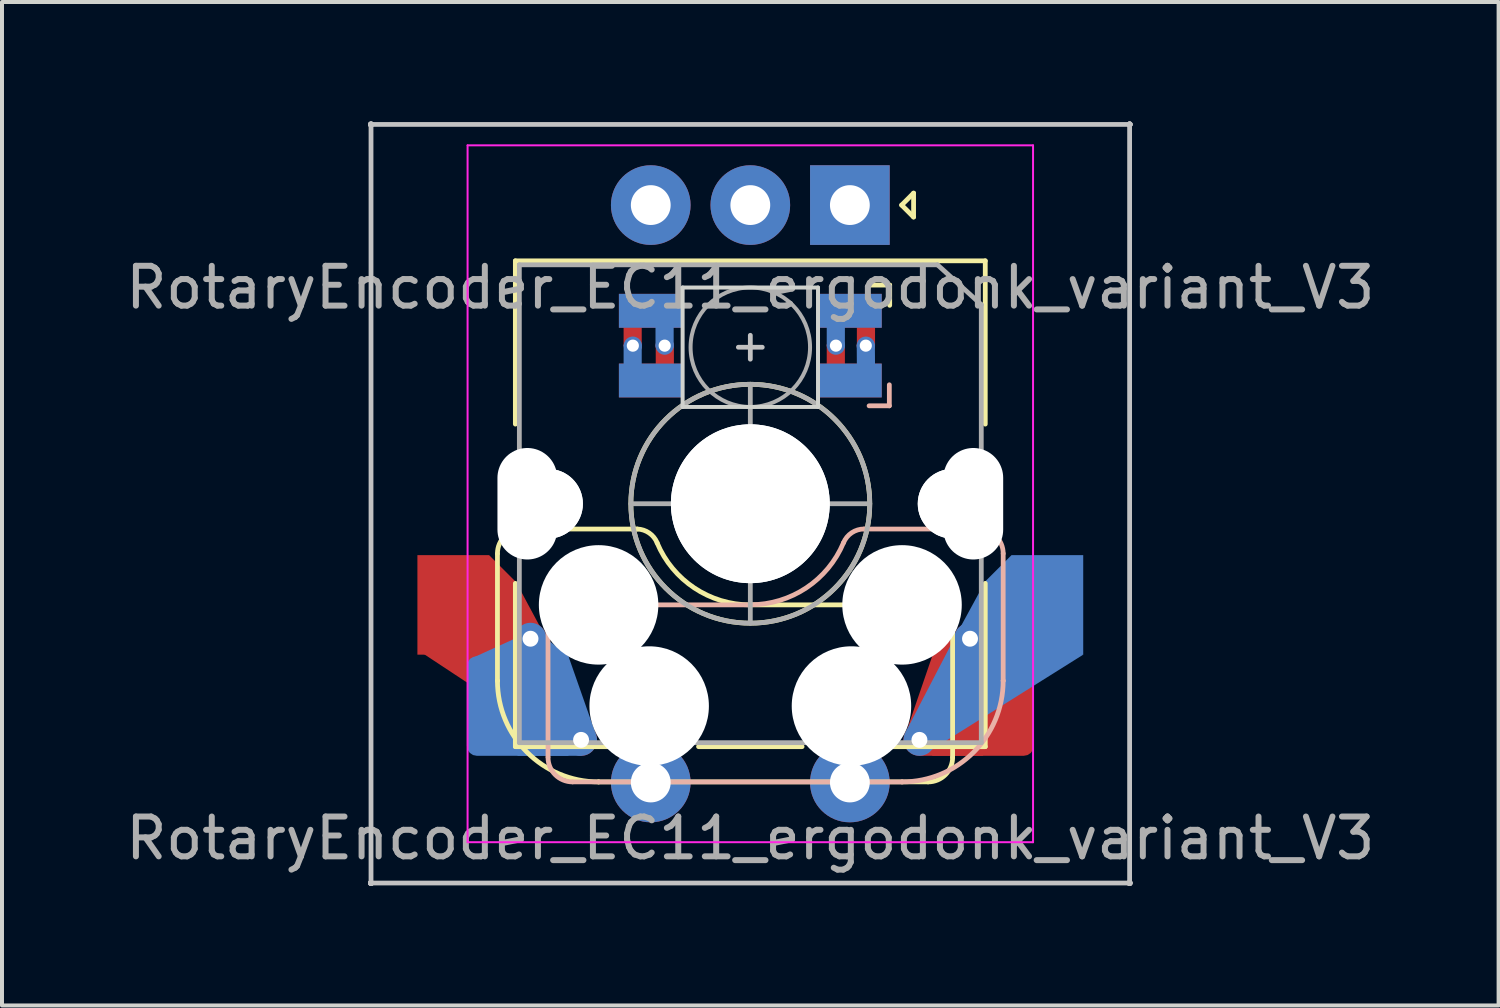
<source format=kicad_pcb>
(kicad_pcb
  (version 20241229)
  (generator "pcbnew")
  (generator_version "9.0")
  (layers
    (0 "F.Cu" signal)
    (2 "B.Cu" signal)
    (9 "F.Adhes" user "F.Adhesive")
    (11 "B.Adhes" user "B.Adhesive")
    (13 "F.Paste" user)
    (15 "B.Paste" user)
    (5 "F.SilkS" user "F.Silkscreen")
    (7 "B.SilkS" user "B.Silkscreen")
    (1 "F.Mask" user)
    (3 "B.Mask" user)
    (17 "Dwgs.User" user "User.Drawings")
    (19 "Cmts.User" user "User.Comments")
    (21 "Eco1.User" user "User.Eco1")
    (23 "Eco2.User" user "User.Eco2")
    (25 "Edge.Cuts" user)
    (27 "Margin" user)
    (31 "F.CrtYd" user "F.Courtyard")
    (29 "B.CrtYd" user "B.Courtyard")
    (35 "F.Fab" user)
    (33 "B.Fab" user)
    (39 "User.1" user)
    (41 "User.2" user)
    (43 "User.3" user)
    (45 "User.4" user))
  (footprint "RotaryEncoder_EC11_ergodonk_variant_V3"
    (layer "F.Cu")
    (at 15.792 9.6)
    (property "Reference" "RotaryEncoder_EC11_ergodonk_variant_V3" (at 0 8.4 0) (layer "F.Fab") (effects (font (size 1 1) (thickness 0.15))))
    (attr through_hole)
    (fp_poly (pts (xy -7.085 2.54) (xy -5.87 1.99) (xy -5.12 3.39) (xy -3.9 5.74) (xy -4.57 6.17) (xy -8.25 3.74)) (stroke (width 0) (type solid)) (fill yes) (layer "F.Cu"))
    (fp_poly (pts (xy 3.937 6) (xy 4.247 6.33) (xy 5.839 6.33) (xy 7.037 3.9) (xy 5.517 2.99) (xy 4.567 3.83) (xy 3.847 5.93) (xy 3.947 6.01)) (stroke (width 0) (type solid)) (fill yes) (layer "F.Cu"))
    (fp_poly (pts (xy -3.25 -5.22) (xy -1.75 -5.22) (xy -1.75 -4.47) (xy -3.25 -4.47)) (stroke (width 0.1) (type solid)) (fill yes) (layer "F.Mask"))
    (fp_poly (pts (xy -3.25 -3.47) (xy -1.75 -3.47) (xy -1.75 -2.72) (xy -3.25 -2.72)) (stroke (width 0.1) (type solid)) (fill yes) (layer "F.Mask"))
    (fp_poly (pts (xy 1.75 -3.47) (xy 3.25 -3.47) (xy 3.25 -2.72) (xy 1.75 -2.72)) (stroke (width 0.1) (type solid)) (fill yes) (layer "F.Mask"))
    (fp_poly (pts (xy 1.75 -5.22) (xy 2.85 -5.22) (xy 3.25 -4.82) (xy 3.25 -4.47) (xy 1.75 -4.47)) (stroke (width 0.1) (type solid)) (fill yes) (layer "F.Mask"))
    (fp_poly (pts (xy 6.61 3.04) (xy 5.89 1.97) (xy 5.117 3.39) (xy 3.897 5.74) (xy 4.567 6.17) (xy 8.36 3.79)) (stroke (width 0) (type solid)) (fill yes) (layer "B.Cu"))
    (fp_poly (pts (xy -3.93 6.15) (xy -4.25 6.33) (xy -5.842 6.33) (xy -7.04 3.9) (xy -5.92 3.39) (xy -5.12 3.39) (xy -4.567 3.83) (xy -3.89 5.76)) (stroke (width 0) (type solid)) (fill yes) (layer "B.Cu"))
    (fp_poly (pts (xy -3.25 -5.22) (xy -1.75 -5.22) (xy -1.75 -4.47) (xy -3.25 -4.47)) (stroke (width 0.1) (type solid)) (fill yes) (layer "B.Mask"))
    (fp_poly (pts (xy -3.25 -3.47) (xy -1.75 -3.47) (xy -1.75 -2.72) (xy -3.25 -2.72)) (stroke (width 0.1) (type solid)) (fill yes) (layer "B.Mask"))
    (fp_poly (pts (xy 1.75 -5.22) (xy 3.25 -5.22) (xy 3.25 -4.47) (xy 1.75 -4.47)) (stroke (width 0.1) (type solid)) (fill yes) (layer "B.Mask"))
    (fp_poly (pts (xy 1.75 -3.47) (xy 3.25 -3.47) (xy 3.25 -3.145) (xy 2.85 -2.72) (xy 1.75 -2.72)) (stroke (width 0.1) (type solid)) (fill yes) (layer "B.Mask"))
    (fp_line (start -6.35 4.445) (end -6.35 1.26) (stroke (width 0.12) (type solid)) (layer "F.SilkS"))
    (fp_line (start -6.35 4.445) (end -6.35 4.445) (stroke (width 0.12) (type solid)) (layer "F.SilkS"))
    (fp_line (start -5.9 -2) (end -5.9 -6.1) (stroke (width 0.12) (type solid)) (layer "F.SilkS"))
    (fp_line (start -5.9 6.1) (end -5.9 2) (stroke (width 0.12) (type solid)) (layer "F.SilkS"))
    (fp_line (start -5.73 0.635) (end -2.84 0.635) (stroke (width 0.12) (type solid)) (layer "F.SilkS"))
    (fp_line (start -3.81 6.985) (end -3.81 6.985) (stroke (width 0.12) (type solid)) (layer "F.SilkS"))
    (fp_line (start -3.81 6.985) (end 4.46 6.985) (stroke (width 0.12) (type solid)) (layer "F.SilkS"))
    (fp_line (start -3.5 6.1) (end -5.9 6.1) (stroke (width 0.12) (type solid)) (layer "F.SilkS"))
    (fp_line (start 0 2.54) (end 0 2.54) (stroke (width 0.12) (type solid)) (layer "F.SilkS"))
    (fp_line (start 0 2.54) (end 5.08 2.54) (stroke (width 0.12) (type solid)) (layer "F.SilkS"))
    (fp_line (start 1.3 6.1) (end -1.3 6.1) (stroke (width 0.12) (type solid)) (layer "F.SilkS"))
    (fp_line (start 3.5 -5.491) (end 2.972 -5.491) (stroke (width 0.12) (type solid)) (layer "F.SilkS"))
    (fp_line (start 3.5 -4.983) (end 3.5 -5.491) (stroke (width 0.12) (type solid)) (layer "F.SilkS"))
    (fp_line (start 3.8 -7.5) (end 4.1 -7.8) (stroke (width 0.12) (type solid)) (layer "F.SilkS"))
    (fp_line (start 4.1 -7.8) (end 4.1 -7.2) (stroke (width 0.12) (type solid)) (layer "F.SilkS"))
    (fp_line (start 4.1 -7.2) (end 3.8 -7.5) (stroke (width 0.12) (type solid)) (layer "F.SilkS"))
    (fp_line (start 5.08 2.54) (end 5.08 2.54) (stroke (width 0.12) (type solid)) (layer "F.SilkS"))
    (fp_line (start 5.08 2.54) (end 5.08 2.54) (stroke (width 0.12) (type solid)) (layer "F.SilkS"))
    (fp_line (start 5.08 6.37) (end 5.08 2.54) (stroke (width 0.12) (type solid)) (layer "F.SilkS"))
    (fp_line (start 5.9 -6.1) (end -5.9 -6.1) (stroke (width 0.12) (type solid)) (layer "F.SilkS"))
    (fp_line (start 5.9 -2) (end 5.9 -6.1) (stroke (width 0.12) (type solid)) (layer "F.SilkS"))
    (fp_line (start 5.9 2) (end 5.9 6.1) (stroke (width 0.12) (type solid)) (layer "F.SilkS"))
    (fp_line (start 5.9 6.1) (end 3.5 6.1) (stroke (width 0.12) (type solid)) (layer "F.SilkS"))
    (fp_arc (start -6.35 1.25) (mid -6.169871 0.815129) (end -5.735 0.635) (stroke (width 0.12) (type default)) (layer "F.SilkS"))
    (fp_arc (start -3.81 6.985) (mid -5.606051 6.241051) (end -6.35 4.445) (stroke (width 0.12) (type solid)) (layer "F.SilkS"))
    (fp_arc (start -2.840072 0.635) (mid -2.539136 0.734321) (end -2.34 0.980845) (stroke (width 0.12) (type default)) (layer "F.SilkS"))
    (fp_arc (start 0 2.54) (mid -1.405309 2.1152) (end -2.34 0.983072) (stroke (width 0.12) (type solid)) (layer "F.SilkS"))
    (fp_arc (start 5.080129 6.37) (mid 4.900001 6.804881) (end 4.465129 6.985) (stroke (width 0.12) (type default)) (layer "F.SilkS"))
    (fp_circle (center 0 0) (end 0 3) (stroke (width 0.12) (type solid)) (fill no) (layer "F.SilkS"))
    (fp_line (start -5.08 2.54) (end -5.08 2.54) (stroke (width 0.12) (type solid)) (layer "B.SilkS"))
    (fp_line (start -5.08 2.54) (end -5.08 2.54) (stroke (width 0.12) (type solid)) (layer "B.SilkS"))
    (fp_line (start -5.08 6.36) (end -5.08 2.54) (stroke (width 0.12) (type solid)) (layer "B.SilkS"))
    (fp_line (start -4.46 6.985) (end 3.81 6.985) (stroke (width 0.12) (type solid)) (layer "B.SilkS"))
    (fp_line (start 0 2.54) (end -5.08 2.54) (stroke (width 0.12) (type solid)) (layer "B.SilkS"))
    (fp_line (start 0 2.54) (end 0 2.54) (stroke (width 0.12) (type solid)) (layer "B.SilkS"))
    (fp_line (start 2.86 0.635) (end 5.72 0.635) (stroke (width 0.12) (type solid)) (layer "B.SilkS"))
    (fp_line (start 2.983 -2.459) (end 3.491 -2.459) (stroke (width 0.12) (type solid)) (layer "B.SilkS"))
    (fp_line (start 3.491 -2.459) (end 3.491 -2.987) (stroke (width 0.12) (type solid)) (layer "B.SilkS"))
    (fp_line (start 3.81 6.985) (end 3.81 6.985) (stroke (width 0.12) (type solid)) (layer "B.SilkS"))
    (fp_line (start 6.35 1.25) (end 6.35 4.445) (stroke (width 0.12) (type solid)) (layer "B.SilkS"))
    (fp_line (start 6.35 4.445) (end 6.35 4.445) (stroke (width 0.12) (type solid)) (layer "B.SilkS"))
    (fp_arc (start -4.465 6.985) (mid -4.899871 6.804871) (end -5.08 6.37) (stroke (width 0.12) (type default)) (layer "B.SilkS"))
    (fp_arc (start 2.34 0.98) (mid 1.405313 2.11213) (end 0 2.536928) (stroke (width 0.12) (type solid)) (layer "B.SilkS"))
    (fp_arc (start 2.34 0.98) (mid 2.547383 0.727891) (end 2.859999 0.633863) (stroke (width 0.12) (type default)) (layer "B.SilkS"))
    (fp_arc (start 5.735129 0.635) (mid 6.170016 0.815134) (end 6.350129 1.25) (stroke (width 0.12) (type default)) (layer "B.SilkS"))
    (fp_arc (start 6.35 4.445) (mid 5.606051 6.241051) (end 3.81 6.985) (stroke (width 0.12) (type solid)) (layer "B.SilkS"))
    (fp_line (start -9.525 -9.525) (end -9.525 -9.525) (stroke (width 0.15) (type solid)) (layer "Dwgs.User"))
    (fp_line (start -9.525 -9.525) (end -9.525 -9.525) (stroke (width 0.15) (type solid)) (layer "Dwgs.User"))
    (fp_line (start -9.525 -9.525) (end -9.525 -9.525) (stroke (width 0.15) (type solid)) (layer "Dwgs.User"))
    (fp_line (start -9.525 -9.525) (end -9.525 -9.525) (stroke (width 0.15) (type solid)) (layer "Dwgs.User"))
    (fp_line (start -9.525 9.525) (end -9.525 9.525) (stroke (width 0.15) (type solid)) (layer "Dwgs.User"))
    (fp_line (start -9.525 9.525) (end -9.525 9.525) (stroke (width 0.15) (type solid)) (layer "Dwgs.User"))
    (fp_line (start -9.525 9.525) (end -9.525 9.525) (stroke (width 0.15) (type solid)) (layer "Dwgs.User"))
    (fp_line (start -9.525 9.525) (end -9.525 9.525) (stroke (width 0.15) (type solid)) (layer "Dwgs.User"))
    (fp_line (start -0.3 -3.93) (end 0.3 -3.93) (stroke (width 0.12) (type solid)) (layer "Dwgs.User"))
    (fp_line (start 0 -3.63) (end 0 -4.23) (stroke (width 0.12) (type solid)) (layer "Dwgs.User"))
    (fp_line (start 9.525 -9.525) (end 9.525 -9.525) (stroke (width 0.15) (type solid)) (layer "Dwgs.User"))
    (fp_line (start 9.525 -9.525) (end 9.525 -9.525) (stroke (width 0.15) (type solid)) (layer "Dwgs.User"))
    (fp_line (start 9.525 -9.525) (end 9.525 -9.525) (stroke (width 0.15) (type solid)) (layer "Dwgs.User"))
    (fp_line (start 9.525 -9.525) (end 9.525 -9.525) (stroke (width 0.15) (type solid)) (layer "Dwgs.User"))
    (fp_line (start 9.525 9.525) (end 9.525 9.525) (stroke (width 0.15) (type solid)) (layer "Dwgs.User"))
    (fp_line (start 9.525 9.525) (end 9.525 9.525) (stroke (width 0.15) (type solid)) (layer "Dwgs.User"))
    (fp_line (start 9.525 9.525) (end 9.525 9.525) (stroke (width 0.15) (type solid)) (layer "Dwgs.User"))
    (fp_line (start 9.525 9.525) (end 9.525 9.525) (stroke (width 0.15) (type solid)) (layer "Dwgs.User"))
    (fp_rect (start 9.525 9.525) (end -9.525 -9.525) (stroke (width 0.12) (type solid)) (fill no) (layer "Dwgs.User"))
    (fp_line (start -1.7 -5.43) (end -1.7 -2.43) (stroke (width 0.1) (type solid)) (layer "Edge.Cuts"))
    (fp_line (start 1.7 -5.43) (end -1.7 -5.43) (stroke (width 0.1) (type solid)) (layer "Edge.Cuts"))
    (fp_line (start 1.7 -2.43) (end -1.7 -2.43) (stroke (width 0.1) (type solid)) (layer "Edge.Cuts"))
    (fp_line (start 1.7 -2.43) (end 1.7 -5.43) (stroke (width 0.1) (type solid)) (layer "Edge.Cuts"))
    (fp_line (start -7.1 8.5) (end -7.1 -9) (stroke (width 0.05) (type solid)) (layer "F.CrtYd"))
    (fp_line (start -7.1 8.5) (end 7.1 8.5) (stroke (width 0.05) (type solid)) (layer "F.CrtYd"))
    (fp_line (start 7.1 -9) (end -7.1 -9) (stroke (width 0.05) (type solid)) (layer "F.CrtYd"))
    (fp_line (start 7.1 -9) (end 7.1 8.5) (stroke (width 0.05) (type solid)) (layer "F.CrtYd"))
    (fp_line (start -5.8 -6) (end 4.7 -6) (stroke (width 0.12) (type solid)) (layer "F.Fab"))
    (fp_line (start -5.8 6) (end -5.8 -6) (stroke (width 0.12) (type solid)) (layer "F.Fab"))
    (fp_line (start 0 -3) (end 0 3) (stroke (width 0.12) (type solid)) (layer "F.Fab"))
    (fp_line (start 3 0) (end -3 0) (stroke (width 0.12) (type solid)) (layer "F.Fab"))
    (fp_line (start 4.7 -6) (end 5.8 -5) (stroke (width 0.12) (type solid)) (layer "F.Fab"))
    (fp_line (start 5.8 -5) (end 5.8 6) (stroke (width 0.12) (type solid)) (layer "F.Fab"))
    (fp_line (start 5.8 6) (end -5.8 6) (stroke (width 0.12) (type solid)) (layer "F.Fab"))
    (fp_circle (center 0 -3.93) (end 0 -5.43) (stroke (width 0.1) (type solid)) (fill no) (layer "F.Fab"))
    (fp_circle (center 0 0) (end 0 3) (stroke (width 0.12) (type solid)) (fill no) (layer "F.Fab"))
    (fp_line (start -9.525 9.525) (end -9.525 -9.525) (stroke (width 0.15) (type solid)) (layer "User.2"))
    (fp_line (start 9.525 -9.525) (end -9.525 -9.525) (stroke (width 0.15) (type solid)) (layer "User.2"))
    (fp_line (start 9.525 9.525) (end -9.525 9.525) (stroke (width 0.15) (type solid)) (layer "User.2"))
    (fp_line (start 9.525 9.525) (end 9.525 -9.525) (stroke (width 0.15) (type solid)) (layer "User.2"))
    (fp_text user "${REFERENCE}" (at 0 -5.43 0) (layer "F.Fab") (effects (font (size 1 1) (thickness 0.15))))
    (pad "" np_thru_hole oval (at -5.6 0 270) (size 2.8 1.5) (drill oval 2.8 1.5) (layers "*.Cu" "*.Mask"))
    (pad "" np_thru_hole circle (at -5.08 0 180) (size 1.75 1.75) (drill 1.75) (layers "*.Cu" "*.Mask"))
    (pad "" np_thru_hole circle (at -5.08 0 180) (size 1.75 1.75) (drill 1.75) (layers "*.Cu" "*.Mask"))
    (pad "" np_thru_hole circle (at -3.81 2.54 180) (size 3 3) (drill 3) (layers "*.Cu" "*.Mask"))
    (pad "" np_thru_hole circle (at -2.54 5.08 180) (size 3 3) (drill 3) (layers "*.Cu" "*.Mask"))
    (pad "" np_thru_hole circle (at 0 0 180) (size 3.988 3.988) (drill 3.988) (layers "*.Cu" "*.Mask"))
    (pad "" np_thru_hole circle (at 0 0 180) (size 3.988 3.988) (drill 3.988) (layers "*.Cu" "*.Mask"))
    (pad "" np_thru_hole circle (at 2.54 5.08 180) (size 3 3) (drill 3) (layers "*.Cu" "*.Mask"))
    (pad "" np_thru_hole circle (at 3.81 2.54 180) (size 3 3) (drill 3) (layers "*.Cu" "*.Mask"))
    (pad "" np_thru_hole circle (at 5.08 0 180) (size 1.75 1.75) (drill 1.75) (layers "*.Cu" "*.Mask"))
    (pad "" np_thru_hole circle (at 5.08 0 180) (size 1.75 1.75) (drill 1.75) (layers "*.Cu" "*.Mask"))
    (pad "" np_thru_hole oval (at 5.6 0 270) (size 2.8 1.5) (drill oval 2.8 1.5) (layers "*.Cu" "*.Mask"))
    (pad "1" smd custom (at -2.5 -4.845) (size 1.6 0.85) (layers "B.Cu") (options (anchor rect)) (primitives (gr_poly (pts (xy 0.525 0.896) (xy 0.169 0.896) (xy 0.169 0.325) (xy 0.525 0.325)) (width 0.1) (fill yes))))
    (pad "1" smd custom (at -2.5 -3.095) (size 1.6 0.85) (layers "F.Cu") (options (anchor rect)) (primitives (gr_poly (pts (xy 0.531 -0.275) (xy 0.175 -0.275) (xy 0.175 -0.898) (xy 0.531 -0.898)) (width 0.1) (fill yes))))
    (pad "1" thru_hole circle (at -2.15 -3.97 180) (size 0.457 0.457) (drill 0.305) (layers "*.Cu"))
    (pad "2" thru_hole circle (at -2.95 -3.97 180) (size 0.457 0.457) (drill 0.305) (layers "*.Cu"))
    (pad "2" smd custom (at -2.5 -4.845 180) (size 1.6 0.85) (layers "F.Cu") (options (anchor rect)) (primitives (gr_poly (pts (xy 0.632 -0.296) (xy 0.277 -0.296) (xy 0.277 -0.869) (xy 0.632 -0.869)) (width 0.1) (fill yes))))
    (pad "2" smd custom (at -2.5 -3.095 180) (size 1.6 0.85) (layers "B.Cu") (options (anchor rect)) (primitives (gr_poly (pts (xy 0.632 0.888) (xy 0.277 0.888) (xy 0.277 0.325) (xy 0.632 0.325)) (width 0.1) (fill yes))))
    (pad "3" smd custom (at 2.5 -4.845 180) (size 1.6 0.85) (layers "F.Cu") (options (anchor rect)) (primitives (gr_poly (pts (xy -0.226 -0.354) (xy -0.582 -0.354) (xy -0.582 -0.887) (xy -0.226 -0.887)) (width 0.1) (fill yes))))
    (pad "3" smd custom (at 2.5 -3.095 180) (size 1.6 0.85) (layers "B.Cu") (options (anchor rect)) (primitives (gr_poly (pts (xy -0.222 0.888) (xy -0.578 0.888) (xy -0.582 0.325) (xy -0.226 0.325)) (width 0.1) (fill yes))))
    (pad "3" thru_hole circle (at 2.9 -3.97 180) (size 0.457 0.457) (drill 0.305) (layers "*.Cu"))
    (pad "4" thru_hole circle (at 2.15 -3.97 180) (size 0.457 0.457) (drill 0.305) (layers "*.Cu"))
    (pad "4" smd custom (at 2.5 -4.845) (size 1.6 0.85) (layers "B.Cu") (options (anchor rect)) (primitives (gr_poly (pts (xy -0.175 0.886) (xy -0.531 0.886) (xy -0.531 0.175) (xy -0.175 0.175)) (width 0.1) (fill yes))))
    (pad "4" smd custom (at 2.5 -3.095) (size 1.6 0.85) (layers "F.Cu") (options (anchor rect)) (primitives (gr_poly (pts (xy -0.175 -0.175) (xy -0.531 -0.178) (xy -0.531 -0.903) (xy -0.175 -0.906)) (width 0.1) (fill yes))))
    (pad "5" thru_hole circle (at 2.5 7 270) (size 2 2) (drill 1) (layers "*.Cu" "*.Mask"))
    (pad "5" thru_hole circle (at 4.247 5.93 180) (size 0.8 0.8) (drill 0.4) (layers "*.Cu"))
    (pad "5" thru_hole circle (at 5.517 3.39 180) (size 0.8 0.8) (drill 0.4) (layers "*.Cu"))
    (pad "5" smd roundrect (at 5.842 5.08 180) (size 2.55 2.5) (layers "F.Cu" "F.Mask" "F.Paste") (roundrect_rratio 0.1) (chamfer_ratio 0) (chamfer top_right bottom_right))
    (pad "5" smd roundrect (at 7.085 2.54 180) (size 2.55 2.5) (layers "B.Cu" "B.Mask" "B.Paste") (roundrect_rratio 0) (chamfer_ratio 0.3) (chamfer bottom_right))
    (pad "6" smd roundrect (at -7.085 2.54 180) (size 2.55 2.5) (layers "F.Cu" "F.Mask" "F.Paste") (roundrect_rratio 0) (chamfer_ratio 0.3) (chamfer bottom_left))
    (pad "6" smd roundrect (at -5.842 5.08 180) (size 2.55 2.5) (layers "B.Cu" "B.Mask" "B.Paste") (roundrect_rratio 0.1) (chamfer_ratio 0) (chamfer top_left bottom_left))
    (pad "6" thru_hole circle (at -5.52 3.39 180) (size 0.8 0.8) (drill 0.4) (layers "*.Cu"))
    (pad "6" thru_hole circle (at -4.25 5.93 180) (size 0.8 0.8) (drill 0.4) (layers "*.Cu"))
    (pad "6" thru_hole circle (at -2.5 7 270) (size 2 2) (drill 1) (layers "*.Cu" "*.Mask"))
    (pad "A" thru_hole rect (at 2.5 -7.5 270) (size 2 2) (drill 1) (layers "*.Cu" "*.Mask"))
    (pad "B" thru_hole circle (at -2.5 -7.5 270) (size 2 2) (drill 1) (layers "*.Cu" "*.Mask"))
    (pad "C" thru_hole circle (at 0 -7.5 270) (size 2 2) (drill 1) (layers "*.Cu" "*.Mask")))
  (gr_rect
    (start -3 -3)
    (end 34.583 22.2)
    (stroke (width 0.1) (type default))
    (fill no)
    (layer "Edge.Cuts")))
</source>
